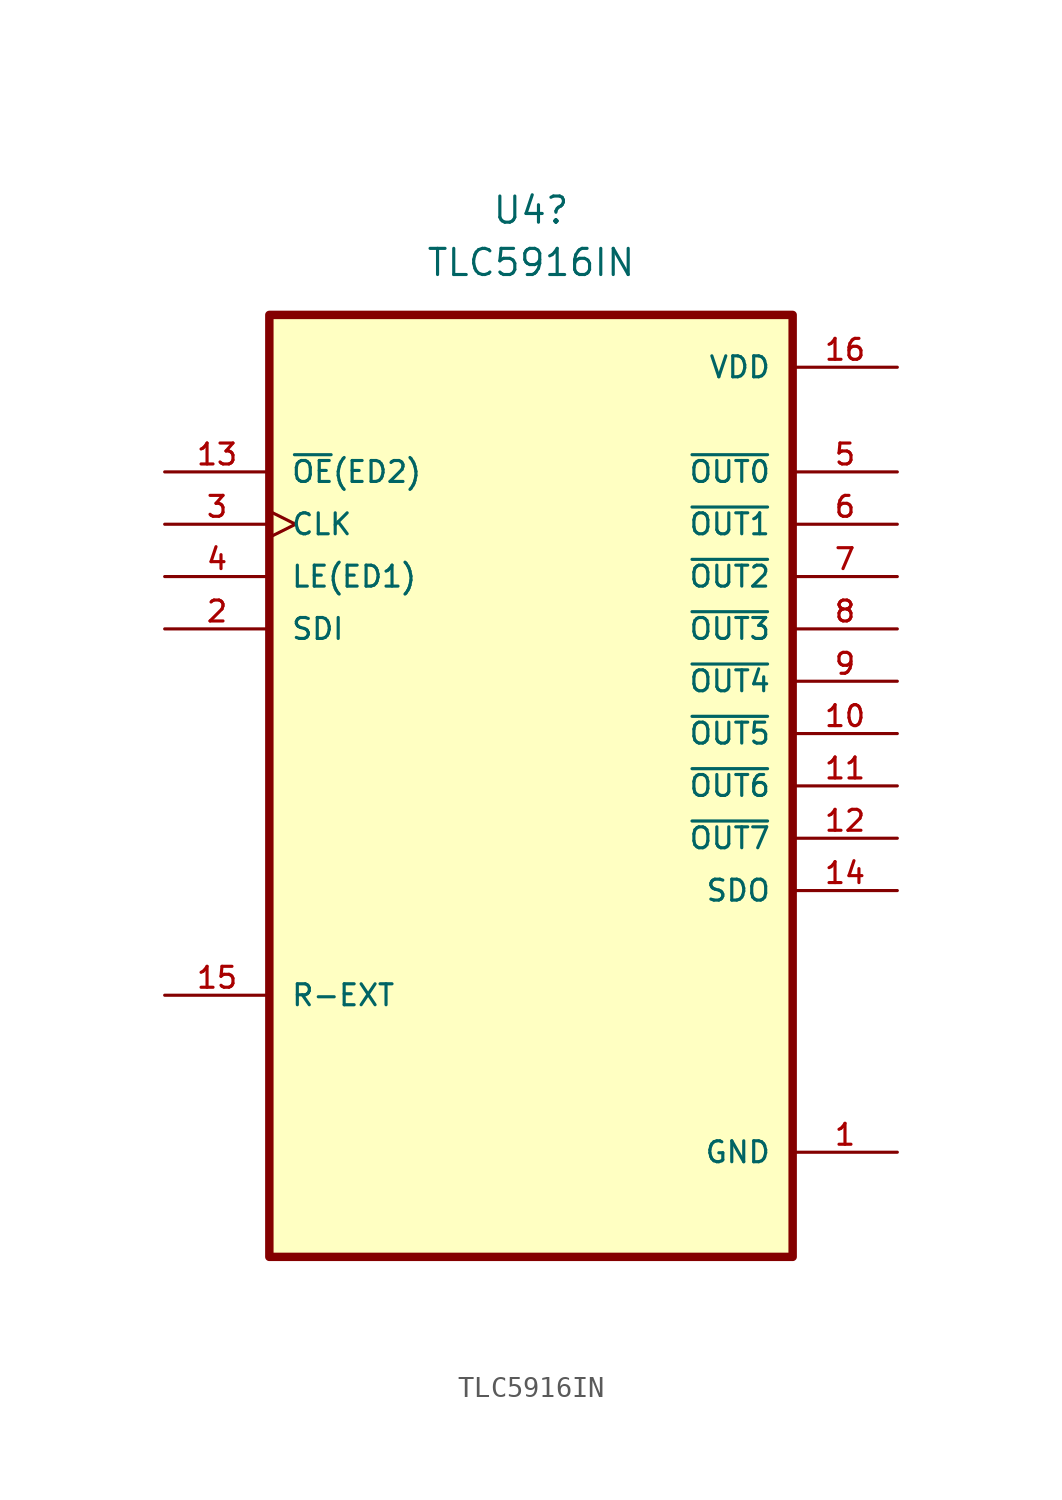
<source format=kicad_sym>
(kicad_symbol_lib
  (version 20220914)
  (generator kicad_symbol_editor)
  (symbol "TLC5916IN"
    (pin_names
      (offset 1.016))
    (property "Reference" "U4"
      (at 0 27.94 0)
      (effects (font (size 1.27 1.27))))
    (property "Value" "TLC5916IN"
      (at 0 25.4 0)
      (effects (font (size 1.27 1.27))))
    (symbol "TLC5916IN_0_0"
      (rectangle (start -12.7 22.86) (end 12.7 -22.86) (stroke (width 0.41) (type default)) (fill (type background)))
      (pin power_in line (at 17.78 -17.78 180) (length 5.08) (name "GND" (effects (font (size 1.016 1.016)))) (number "1" (effects (font (size 1.016 1.016)))))
      (pin output line (at 17.78 2.54 180) (length 5.08) (name "~{OUT5}" (effects (font (size 1.016 1.016)))) (number "10" (effects (font (size 1.016 1.016)))))
      (pin output line (at 17.78 0 180) (length 5.08) (name "~{OUT6}" (effects (font (size 1.016 1.016)))) (number "11" (effects (font (size 1.016 1.016)))))
      (pin output line (at 17.78 -2.54 180) (length 5.08) (name "~{OUT7}" (effects (font (size 1.016 1.016)))) (number "12" (effects (font (size 1.016 1.016)))))
      (pin input line (at -17.78 15.24 0) (length 5.08) (name "~{OE}(ED2)" (effects (font (size 1.016 1.016)))) (number "13" (effects (font (size 1.016 1.016)))))
      (pin output line (at 17.78 -5.08 180) (length 5.08) (name "SDO" (effects (font (size 1.016 1.016)))) (number "14" (effects (font (size 1.016 1.016)))))
      (pin bidirectional line (at -17.78 -10.16 0) (length 5.08) (name "R-EXT" (effects (font (size 1.016 1.016)))) (number "15" (effects (font (size 1.016 1.016)))))
      (pin power_in line (at 17.78 20.32 180) (length 5.08) (name "VDD" (effects (font (size 1.016 1.016)))) (number "16" (effects (font (size 1.016 1.016)))))
      (pin input line (at -17.78 7.62 0) (length 5.08) (name "SDI" (effects (font (size 1.016 1.016)))) (number "2" (effects (font (size 1.016 1.016)))))
      (pin input clock (at -17.78 12.7 0) (length 5.08) (name "CLK" (effects (font (size 1.016 1.016)))) (number "3" (effects (font (size 1.016 1.016)))))
      (pin input line (at -17.78 10.16 0) (length 5.08) (name "LE(ED1)" (effects (font (size 1.016 1.016)))) (number "4" (effects (font (size 1.016 1.016)))))
      (pin output line (at 17.78 15.24 180) (length 5.08) (name "~{OUT0}" (effects (font (size 1.016 1.016)))) (number "5" (effects (font (size 1.016 1.016)))))
      (pin output line (at 17.78 12.7 180) (length 5.08) (name "~{OUT1}" (effects (font (size 1.016 1.016)))) (number "6" (effects (font (size 1.016 1.016)))))
      (pin output line (at 17.78 10.16 180) (length 5.08) (name "~{OUT2}" (effects (font (size 1.016 1.016)))) (number "7" (effects (font (size 1.016 1.016)))))
      (pin output line (at 17.78 7.62 180) (length 5.08) (name "~{OUT3}" (effects (font (size 1.016 1.016)))) (number "8" (effects (font (size 1.016 1.016)))))
      (pin output line (at 17.78 5.08 180) (length 5.08) (name "~{OUT4}" (effects (font (size 1.016 1.016)))) (number "9" (effects (font (size 1.016 1.016))))))))
</source>
